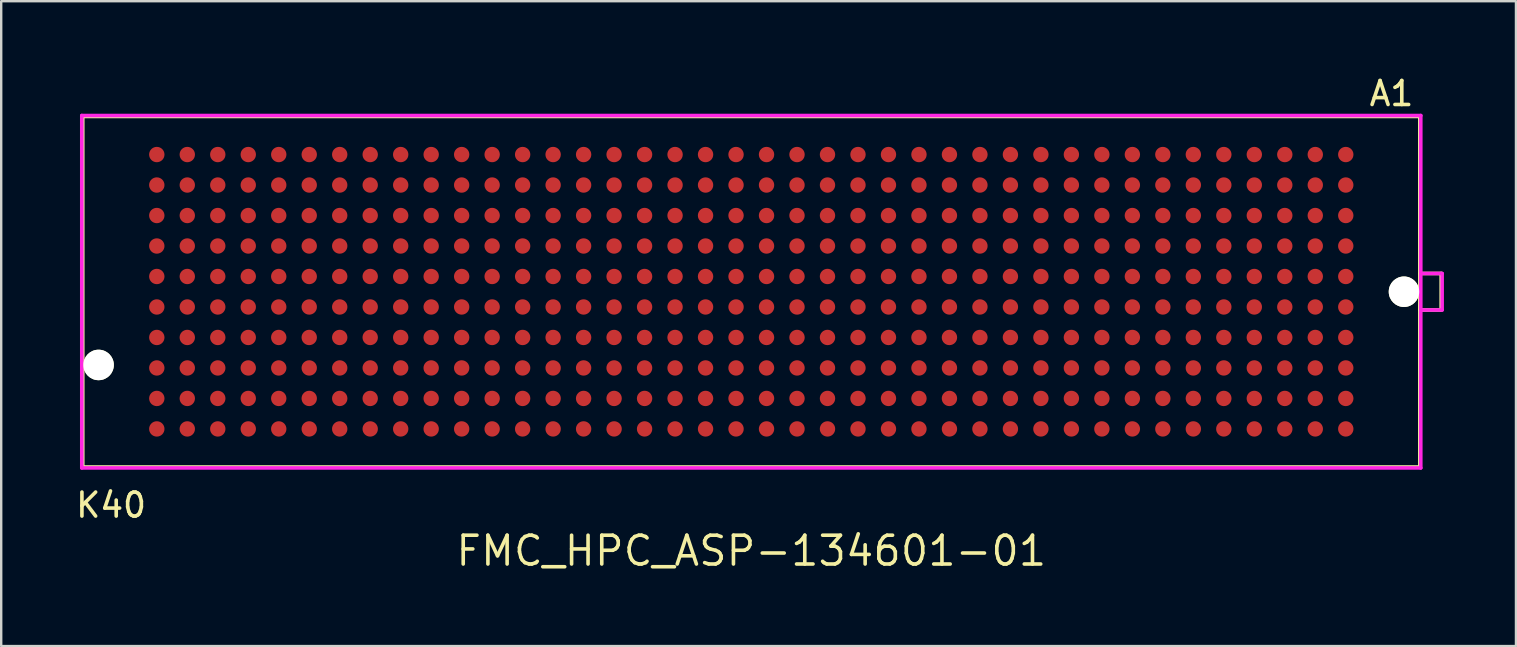
<source format=kicad_pcb>
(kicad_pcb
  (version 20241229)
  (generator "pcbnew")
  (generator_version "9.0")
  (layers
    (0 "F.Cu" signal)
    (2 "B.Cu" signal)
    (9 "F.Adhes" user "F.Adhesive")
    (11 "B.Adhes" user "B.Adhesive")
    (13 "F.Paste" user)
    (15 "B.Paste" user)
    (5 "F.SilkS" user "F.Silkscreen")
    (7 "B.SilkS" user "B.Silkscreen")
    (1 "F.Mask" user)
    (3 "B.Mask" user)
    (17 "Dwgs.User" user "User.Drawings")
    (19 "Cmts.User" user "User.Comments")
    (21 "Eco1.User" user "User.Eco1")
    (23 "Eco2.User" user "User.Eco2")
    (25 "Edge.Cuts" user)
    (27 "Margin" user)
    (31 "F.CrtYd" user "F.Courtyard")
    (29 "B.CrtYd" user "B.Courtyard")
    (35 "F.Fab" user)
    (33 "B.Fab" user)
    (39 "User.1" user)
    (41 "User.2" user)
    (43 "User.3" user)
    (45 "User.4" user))
  (footprint "FMC_HPC_ASP-134601-01"
    (layer "F.Cu")
    (at 28.247 9.103)
    (property "Reference" "FMC_HPC_ASP-134601-01" (at 0 10.795 0) (layer "F.SilkS") (effects (font (size 1.2 1.2) (thickness 0.15))))
    (attr through_hole)
    (fp_line (start -27.85 -7.3) (end 27.85 -7.3) (stroke (width 0.15) (type solid)) (layer "F.SilkS"))
    (fp_line (start -27.85 7.3) (end -27.85 -7.3) (stroke (width 0.15) (type solid)) (layer "F.SilkS"))
    (fp_line (start 27.85 -7.3) (end 27.85 7.3) (stroke (width 0.15) (type solid)) (layer "F.SilkS"))
    (fp_line (start 27.85 7.3) (end -27.85 7.3) (stroke (width 0.15) (type solid)) (layer "F.SilkS"))
    (fp_line (start 28.74 -0.76) (end 27.85 -0.76) (stroke (width 0.15) (type solid)) (layer "F.SilkS"))
    (fp_line (start 28.74 -0.76) (end 28.74 0.76) (stroke (width 0.15) (type solid)) (layer "F.SilkS"))
    (fp_line (start 28.74 0.76) (end 27.85 0.76) (stroke (width 0.15) (type solid)) (layer "F.SilkS"))
    (fp_line (start -27.89 -7.34) (end -27.89 7.34) (stroke (width 0.15) (type solid)) (layer "F.CrtYd"))
    (fp_line (start -27.89 7.34) (end 27.89 7.34) (stroke (width 0.15) (type solid)) (layer "F.CrtYd"))
    (fp_line (start 27.89 -7.34) (end -27.89 -7.34) (stroke (width 0.15) (type solid)) (layer "F.CrtYd"))
    (fp_line (start 27.89 7.34) (end 27.89 -7.34) (stroke (width 0.15) (type solid)) (layer "F.CrtYd"))
    (fp_line (start 28.78 -0.76) (end 27.89 -0.76) (stroke (width 0.15) (type solid)) (layer "F.CrtYd"))
    (fp_line (start 28.78 -0.76) (end 28.78 0.76) (stroke (width 0.15) (type solid)) (layer "F.CrtYd"))
    (fp_line (start 28.78 0.76) (end 27.89 0.76) (stroke (width 0.15) (type solid)) (layer "F.CrtYd"))
    (fp_text user "A1" (at 26.67 -8.255 0) (layer "F.SilkS") (effects (font (size 1 1) (thickness 0.15))))
    (fp_text user "K40" (at -26.67 8.89 0) (layer "F.SilkS") (effects (font (size 1 1) (thickness 0.15))))
    (pad "" np_thru_hole circle (at -27.19 3.05 180) (size 1.27 1.27) (drill 1.27) (layers "*.Cu" "*.Mask" "F.SilkS"))
    (pad "" np_thru_hole circle (at 27.19 0 180) (size 1.27 1.27) (drill 1.27) (layers "*.Cu" "*.Mask" "F.SilkS"))
    (pad "A1" smd circle (at 24.765 -5.715 180) (size 0.64 0.64) (layers "F.Cu" "F.Mask" "F.Paste"))
    (pad "A2" smd circle (at 23.495 -5.715 180) (size 0.64 0.64) (layers "F.Cu" "F.Mask" "F.Paste"))
    (pad "A3" smd circle (at 22.225 -5.715 180) (size 0.64 0.64) (layers "F.Cu" "F.Mask" "F.Paste"))
    (pad "A4" smd circle (at 20.955 -5.715 180) (size 0.64 0.64) (layers "F.Cu" "F.Mask" "F.Paste"))
    (pad "A5" smd circle (at 19.685 -5.715 180) (size 0.64 0.64) (layers "F.Cu" "F.Mask" "F.Paste"))
    (pad "A6" smd circle (at 18.415 -5.715 180) (size 0.64 0.64) (layers "F.Cu" "F.Mask" "F.Paste"))
    (pad "A7" smd circle (at 17.145 -5.715 180) (size 0.64 0.64) (layers "F.Cu" "F.Mask" "F.Paste"))
    (pad "A8" smd circle (at 15.875 -5.715 180) (size 0.64 0.64) (layers "F.Cu" "F.Mask" "F.Paste"))
    (pad "A9" smd circle (at 14.605 -5.715 180) (size 0.64 0.64) (layers "F.Cu" "F.Mask" "F.Paste"))
    (pad "A10" smd circle (at 13.335 -5.715 180) (size 0.64 0.64) (layers "F.Cu" "F.Mask" "F.Paste"))
    (pad "A11" smd circle (at 12.065 -5.715 180) (size 0.64 0.64) (layers "F.Cu" "F.Mask" "F.Paste"))
    (pad "A12" smd circle (at 10.795 -5.715 180) (size 0.64 0.64) (layers "F.Cu" "F.Mask" "F.Paste"))
    (pad "A13" smd circle (at 9.525 -5.715 180) (size 0.64 0.64) (layers "F.Cu" "F.Mask" "F.Paste"))
    (pad "A14" smd circle (at 8.255 -5.715 180) (size 0.64 0.64) (layers "F.Cu" "F.Mask" "F.Paste"))
    (pad "A15" smd circle (at 6.985 -5.715 180) (size 0.64 0.64) (layers "F.Cu" "F.Mask" "F.Paste"))
    (pad "A16" smd circle (at 5.715 -5.715 180) (size 0.64 0.64) (layers "F.Cu" "F.Mask" "F.Paste"))
    (pad "A17" smd circle (at 4.445 -5.715 180) (size 0.64 0.64) (layers "F.Cu" "F.Mask" "F.Paste"))
    (pad "A18" smd circle (at 3.175 -5.715 180) (size 0.64 0.64) (layers "F.Cu" "F.Mask" "F.Paste"))
    (pad "A19" smd circle (at 1.905 -5.715 180) (size 0.64 0.64) (layers "F.Cu" "F.Mask" "F.Paste"))
    (pad "A20" smd circle (at 0.635 -5.715 180) (size 0.64 0.64) (layers "F.Cu" "F.Mask" "F.Paste"))
    (pad "A21" smd circle (at -0.635 -5.715 180) (size 0.64 0.64) (layers "F.Cu" "F.Mask" "F.Paste"))
    (pad "A22" smd circle (at -1.905 -5.715 180) (size 0.64 0.64) (layers "F.Cu" "F.Mask" "F.Paste"))
    (pad "A23" smd circle (at -3.175 -5.715 180) (size 0.64 0.64) (layers "F.Cu" "F.Mask" "F.Paste"))
    (pad "A24" smd circle (at -4.445 -5.715 180) (size 0.64 0.64) (layers "F.Cu" "F.Mask" "F.Paste"))
    (pad "A25" smd circle (at -5.715 -5.715 180) (size 0.64 0.64) (layers "F.Cu" "F.Mask" "F.Paste"))
    (pad "A26" smd circle (at -6.985 -5.715 180) (size 0.64 0.64) (layers "F.Cu" "F.Mask" "F.Paste"))
    (pad "A27" smd circle (at -8.255 -5.715 180) (size 0.64 0.64) (layers "F.Cu" "F.Mask" "F.Paste"))
    (pad "A28" smd circle (at -9.525 -5.715 180) (size 0.64 0.64) (layers "F.Cu" "F.Mask" "F.Paste"))
    (pad "A29" smd circle (at -10.795 -5.715 180) (size 0.64 0.64) (layers "F.Cu" "F.Mask" "F.Paste"))
    (pad "A30" smd circle (at -12.065 -5.715 180) (size 0.64 0.64) (layers "F.Cu" "F.Mask" "F.Paste"))
    (pad "A31" smd circle (at -13.335 -5.715 180) (size 0.64 0.64) (layers "F.Cu" "F.Mask" "F.Paste"))
    (pad "A32" smd circle (at -14.605 -5.715 180) (size 0.64 0.64) (layers "F.Cu" "F.Mask" "F.Paste"))
    (pad "A33" smd circle (at -15.875 -5.715 180) (size 0.64 0.64) (layers "F.Cu" "F.Mask" "F.Paste"))
    (pad "A34" smd circle (at -17.145 -5.715 180) (size 0.64 0.64) (layers "F.Cu" "F.Mask" "F.Paste"))
    (pad "A35" smd circle (at -18.415 -5.715 180) (size 0.64 0.64) (layers "F.Cu" "F.Mask" "F.Paste"))
    (pad "A36" smd circle (at -19.685 -5.715 180) (size 0.64 0.64) (layers "F.Cu" "F.Mask" "F.Paste"))
    (pad "A37" smd circle (at -20.955 -5.715 180) (size 0.64 0.64) (layers "F.Cu" "F.Mask" "F.Paste"))
    (pad "A38" smd circle (at -22.225 -5.715 180) (size 0.64 0.64) (layers "F.Cu" "F.Mask" "F.Paste"))
    (pad "A39" smd circle (at -23.495 -5.715 180) (size 0.64 0.64) (layers "F.Cu" "F.Mask" "F.Paste"))
    (pad "A40" smd circle (at -24.765 -5.715 180) (size 0.64 0.64) (layers "F.Cu" "F.Mask" "F.Paste"))
    (pad "B1" smd circle (at 24.765 -4.445 180) (size 0.64 0.64) (layers "F.Cu" "F.Mask" "F.Paste"))
    (pad "B2" smd circle (at 23.495 -4.445 180) (size 0.64 0.64) (layers "F.Cu" "F.Mask" "F.Paste"))
    (pad "B3" smd circle (at 22.225 -4.445 180) (size 0.64 0.64) (layers "F.Cu" "F.Mask" "F.Paste"))
    (pad "B4" smd circle (at 20.955 -4.445 180) (size 0.64 0.64) (layers "F.Cu" "F.Mask" "F.Paste"))
    (pad "B5" smd circle (at 19.685 -4.445 180) (size 0.64 0.64) (layers "F.Cu" "F.Mask" "F.Paste"))
    (pad "B6" smd circle (at 18.415 -4.445 180) (size 0.64 0.64) (layers "F.Cu" "F.Mask" "F.Paste"))
    (pad "B7" smd circle (at 17.145 -4.445 180) (size 0.64 0.64) (layers "F.Cu" "F.Mask" "F.Paste"))
    (pad "B8" smd circle (at 15.875 -4.445 180) (size 0.64 0.64) (layers "F.Cu" "F.Mask" "F.Paste"))
    (pad "B9" smd circle (at 14.605 -4.445 180) (size 0.64 0.64) (layers "F.Cu" "F.Mask" "F.Paste"))
    (pad "B10" smd circle (at 13.335 -4.445 180) (size 0.64 0.64) (layers "F.Cu" "F.Mask" "F.Paste"))
    (pad "B11" smd circle (at 12.065 -4.445 180) (size 0.64 0.64) (layers "F.Cu" "F.Mask" "F.Paste"))
    (pad "B12" smd circle (at 10.795 -4.445 180) (size 0.64 0.64) (layers "F.Cu" "F.Mask" "F.Paste"))
    (pad "B13" smd circle (at 9.525 -4.445 180) (size 0.64 0.64) (layers "F.Cu" "F.Mask" "F.Paste"))
    (pad "B14" smd circle (at 8.255 -4.445 180) (size 0.64 0.64) (layers "F.Cu" "F.Mask" "F.Paste"))
    (pad "B15" smd circle (at 6.985 -4.445 180) (size 0.64 0.64) (layers "F.Cu" "F.Mask" "F.Paste"))
    (pad "B16" smd circle (at 5.715 -4.445 180) (size 0.64 0.64) (layers "F.Cu" "F.Mask" "F.Paste"))
    (pad "B17" smd circle (at 4.445 -4.445 180) (size 0.64 0.64) (layers "F.Cu" "F.Mask" "F.Paste"))
    (pad "B18" smd circle (at 3.175 -4.445 180) (size 0.64 0.64) (layers "F.Cu" "F.Mask" "F.Paste"))
    (pad "B19" smd circle (at 1.905 -4.445 180) (size 0.64 0.64) (layers "F.Cu" "F.Mask" "F.Paste"))
    (pad "B20" smd circle (at 0.635 -4.445 180) (size 0.64 0.64) (layers "F.Cu" "F.Mask" "F.Paste"))
    (pad "B21" smd circle (at -0.635 -4.445 180) (size 0.64 0.64) (layers "F.Cu" "F.Mask" "F.Paste"))
    (pad "B22" smd circle (at -1.905 -4.445 180) (size 0.64 0.64) (layers "F.Cu" "F.Mask" "F.Paste"))
    (pad "B23" smd circle (at -3.175 -4.445 180) (size 0.64 0.64) (layers "F.Cu" "F.Mask" "F.Paste"))
    (pad "B24" smd circle (at -4.445 -4.445 180) (size 0.64 0.64) (layers "F.Cu" "F.Mask" "F.Paste"))
    (pad "B25" smd circle (at -5.715 -4.445 180) (size 0.64 0.64) (layers "F.Cu" "F.Mask" "F.Paste"))
    (pad "B26" smd circle (at -6.985 -4.445 180) (size 0.64 0.64) (layers "F.Cu" "F.Mask" "F.Paste"))
    (pad "B27" smd circle (at -8.255 -4.445 180) (size 0.64 0.64) (layers "F.Cu" "F.Mask" "F.Paste"))
    (pad "B28" smd circle (at -9.525 -4.445 180) (size 0.64 0.64) (layers "F.Cu" "F.Mask" "F.Paste"))
    (pad "B29" smd circle (at -10.795 -4.445 180) (size 0.64 0.64) (layers "F.Cu" "F.Mask" "F.Paste"))
    (pad "B30" smd circle (at -12.065 -4.445 180) (size 0.64 0.64) (layers "F.Cu" "F.Mask" "F.Paste"))
    (pad "B31" smd circle (at -13.335 -4.445 180) (size 0.64 0.64) (layers "F.Cu" "F.Mask" "F.Paste"))
    (pad "B32" smd circle (at -14.605 -4.445 180) (size 0.64 0.64) (layers "F.Cu" "F.Mask" "F.Paste"))
    (pad "B33" smd circle (at -15.875 -4.445 180) (size 0.64 0.64) (layers "F.Cu" "F.Mask" "F.Paste"))
    (pad "B34" smd circle (at -17.145 -4.445 180) (size 0.64 0.64) (layers "F.Cu" "F.Mask" "F.Paste"))
    (pad "B35" smd circle (at -18.415 -4.445 180) (size 0.64 0.64) (layers "F.Cu" "F.Mask" "F.Paste"))
    (pad "B36" smd circle (at -19.685 -4.445 180) (size 0.64 0.64) (layers "F.Cu" "F.Mask" "F.Paste"))
    (pad "B37" smd circle (at -20.955 -4.445 180) (size 0.64 0.64) (layers "F.Cu" "F.Mask" "F.Paste"))
    (pad "B38" smd circle (at -22.225 -4.445 180) (size 0.64 0.64) (layers "F.Cu" "F.Mask" "F.Paste"))
    (pad "B39" smd circle (at -23.495 -4.445 180) (size 0.64 0.64) (layers "F.Cu" "F.Mask" "F.Paste"))
    (pad "B40" smd circle (at -24.765 -4.445 180) (size 0.64 0.64) (layers "F.Cu" "F.Mask" "F.Paste"))
    (pad "C1" smd circle (at 24.765 -3.175 180) (size 0.64 0.64) (layers "F.Cu" "F.Mask" "F.Paste"))
    (pad "C2" smd circle (at 23.495 -3.175 180) (size 0.64 0.64) (layers "F.Cu" "F.Mask" "F.Paste"))
    (pad "C3" smd circle (at 22.225 -3.175 180) (size 0.64 0.64) (layers "F.Cu" "F.Mask" "F.Paste"))
    (pad "C4" smd circle (at 20.955 -3.175 180) (size 0.64 0.64) (layers "F.Cu" "F.Mask" "F.Paste"))
    (pad "C5" smd circle (at 19.685 -3.175 180) (size 0.64 0.64) (layers "F.Cu" "F.Mask" "F.Paste"))
    (pad "C6" smd circle (at 18.415 -3.175 180) (size 0.64 0.64) (layers "F.Cu" "F.Mask" "F.Paste"))
    (pad "C7" smd circle (at 17.145 -3.175 180) (size 0.64 0.64) (layers "F.Cu" "F.Mask" "F.Paste"))
    (pad "C8" smd circle (at 15.875 -3.175 180) (size 0.64 0.64) (layers "F.Cu" "F.Mask" "F.Paste"))
    (pad "C9" smd circle (at 14.605 -3.175 180) (size 0.64 0.64) (layers "F.Cu" "F.Mask" "F.Paste"))
    (pad "C10" smd circle (at 13.335 -3.175 180) (size 0.64 0.64) (layers "F.Cu" "F.Mask" "F.Paste"))
    (pad "C11" smd circle (at 12.065 -3.175 180) (size 0.64 0.64) (layers "F.Cu" "F.Mask" "F.Paste"))
    (pad "C12" smd circle (at 10.795 -3.175 180) (size 0.64 0.64) (layers "F.Cu" "F.Mask" "F.Paste"))
    (pad "C13" smd circle (at 9.525 -3.175 180) (size 0.64 0.64) (layers "F.Cu" "F.Mask" "F.Paste"))
    (pad "C14" smd circle (at 8.255 -3.175 180) (size 0.64 0.64) (layers "F.Cu" "F.Mask" "F.Paste"))
    (pad "C15" smd circle (at 6.985 -3.175 180) (size 0.64 0.64) (layers "F.Cu" "F.Mask" "F.Paste"))
    (pad "C16" smd circle (at 5.715 -3.175 180) (size 0.64 0.64) (layers "F.Cu" "F.Mask" "F.Paste"))
    (pad "C17" smd circle (at 4.445 -3.175 180) (size 0.64 0.64) (layers "F.Cu" "F.Mask" "F.Paste"))
    (pad "C18" smd circle (at 3.175 -3.175 180) (size 0.64 0.64) (layers "F.Cu" "F.Mask" "F.Paste"))
    (pad "C19" smd circle (at 1.905 -3.175 180) (size 0.64 0.64) (layers "F.Cu" "F.Mask" "F.Paste"))
    (pad "C20" smd circle (at 0.635 -3.175 180) (size 0.64 0.64) (layers "F.Cu" "F.Mask" "F.Paste"))
    (pad "C21" smd circle (at -0.635 -3.175 180) (size 0.64 0.64) (layers "F.Cu" "F.Mask" "F.Paste"))
    (pad "C22" smd circle (at -1.905 -3.175 180) (size 0.64 0.64) (layers "F.Cu" "F.Mask" "F.Paste"))
    (pad "C23" smd circle (at -3.175 -3.175 180) (size 0.64 0.64) (layers "F.Cu" "F.Mask" "F.Paste"))
    (pad "C24" smd circle (at -4.445 -3.175 180) (size 0.64 0.64) (layers "F.Cu" "F.Mask" "F.Paste"))
    (pad "C25" smd circle (at -5.715 -3.175 180) (size 0.64 0.64) (layers "F.Cu" "F.Mask" "F.Paste"))
    (pad "C26" smd circle (at -6.985 -3.175 180) (size 0.64 0.64) (layers "F.Cu" "F.Mask" "F.Paste"))
    (pad "C27" smd circle (at -8.255 -3.175 180) (size 0.64 0.64) (layers "F.Cu" "F.Mask" "F.Paste"))
    (pad "C28" smd circle (at -9.525 -3.175 180) (size 0.64 0.64) (layers "F.Cu" "F.Mask" "F.Paste"))
    (pad "C29" smd circle (at -10.795 -3.175 180) (size 0.64 0.64) (layers "F.Cu" "F.Mask" "F.Paste"))
    (pad "C30" smd circle (at -12.065 -3.175 180) (size 0.64 0.64) (layers "F.Cu" "F.Mask" "F.Paste"))
    (pad "C31" smd circle (at -13.335 -3.175 180) (size 0.64 0.64) (layers "F.Cu" "F.Mask" "F.Paste"))
    (pad "C32" smd circle (at -14.605 -3.175 180) (size 0.64 0.64) (layers "F.Cu" "F.Mask" "F.Paste"))
    (pad "C33" smd circle (at -15.875 -3.175 180) (size 0.64 0.64) (layers "F.Cu" "F.Mask" "F.Paste"))
    (pad "C34" smd circle (at -17.145 -3.175 180) (size 0.64 0.64) (layers "F.Cu" "F.Mask" "F.Paste"))
    (pad "C35" smd circle (at -18.415 -3.175 180) (size 0.64 0.64) (layers "F.Cu" "F.Mask" "F.Paste"))
    (pad "C36" smd circle (at -19.685 -3.175 180) (size 0.64 0.64) (layers "F.Cu" "F.Mask" "F.Paste"))
    (pad "C37" smd circle (at -20.955 -3.175 180) (size 0.64 0.64) (layers "F.Cu" "F.Mask" "F.Paste"))
    (pad "C38" smd circle (at -22.225 -3.175 180) (size 0.64 0.64) (layers "F.Cu" "F.Mask" "F.Paste"))
    (pad "C39" smd circle (at -23.495 -3.175 180) (size 0.64 0.64) (layers "F.Cu" "F.Mask" "F.Paste"))
    (pad "C40" smd circle (at -24.765 -3.175 180) (size 0.64 0.64) (layers "F.Cu" "F.Mask" "F.Paste"))
    (pad "D1" smd circle (at 24.765 -1.905 180) (size 0.64 0.64) (layers "F.Cu" "F.Mask" "F.Paste"))
    (pad "D2" smd circle (at 23.495 -1.905 180) (size 0.64 0.64) (layers "F.Cu" "F.Mask" "F.Paste"))
    (pad "D3" smd circle (at 22.225 -1.905 180) (size 0.64 0.64) (layers "F.Cu" "F.Mask" "F.Paste"))
    (pad "D4" smd circle (at 20.955 -1.905 180) (size 0.64 0.64) (layers "F.Cu" "F.Mask" "F.Paste"))
    (pad "D5" smd circle (at 19.685 -1.905 180) (size 0.64 0.64) (layers "F.Cu" "F.Mask" "F.Paste"))
    (pad "D6" smd circle (at 18.415 -1.905 180) (size 0.64 0.64) (layers "F.Cu" "F.Mask" "F.Paste"))
    (pad "D7" smd circle (at 17.145 -1.905 180) (size 0.64 0.64) (layers "F.Cu" "F.Mask" "F.Paste"))
    (pad "D8" smd circle (at 15.875 -1.905 180) (size 0.64 0.64) (layers "F.Cu" "F.Mask" "F.Paste"))
    (pad "D9" smd circle (at 14.605 -1.905 180) (size 0.64 0.64) (layers "F.Cu" "F.Mask" "F.Paste"))
    (pad "D10" smd circle (at 13.335 -1.905 180) (size 0.64 0.64) (layers "F.Cu" "F.Mask" "F.Paste"))
    (pad "D11" smd circle (at 12.065 -1.905 180) (size 0.64 0.64) (layers "F.Cu" "F.Mask" "F.Paste"))
    (pad "D12" smd circle (at 10.795 -1.905 180) (size 0.64 0.64) (layers "F.Cu" "F.Mask" "F.Paste"))
    (pad "D13" smd circle (at 9.525 -1.905 180) (size 0.64 0.64) (layers "F.Cu" "F.Mask" "F.Paste"))
    (pad "D14" smd circle (at 8.255 -1.905 180) (size 0.64 0.64) (layers "F.Cu" "F.Mask" "F.Paste"))
    (pad "D15" smd circle (at 6.985 -1.905 180) (size 0.64 0.64) (layers "F.Cu" "F.Mask" "F.Paste"))
    (pad "D16" smd circle (at 5.715 -1.905 180) (size 0.64 0.64) (layers "F.Cu" "F.Mask" "F.Paste"))
    (pad "D17" smd circle (at 4.445 -1.905 180) (size 0.64 0.64) (layers "F.Cu" "F.Mask" "F.Paste"))
    (pad "D18" smd circle (at 3.175 -1.905 180) (size 0.64 0.64) (layers "F.Cu" "F.Mask" "F.Paste"))
    (pad "D19" smd circle (at 1.905 -1.905 180) (size 0.64 0.64) (layers "F.Cu" "F.Mask" "F.Paste"))
    (pad "D20" smd circle (at 0.635 -1.905 180) (size 0.64 0.64) (layers "F.Cu" "F.Mask" "F.Paste"))
    (pad "D21" smd circle (at -0.635 -1.905 180) (size 0.64 0.64) (layers "F.Cu" "F.Mask" "F.Paste"))
    (pad "D22" smd circle (at -1.905 -1.905 180) (size 0.64 0.64) (layers "F.Cu" "F.Mask" "F.Paste"))
    (pad "D23" smd circle (at -3.175 -1.905 180) (size 0.64 0.64) (layers "F.Cu" "F.Mask" "F.Paste"))
    (pad "D24" smd circle (at -4.445 -1.905 180) (size 0.64 0.64) (layers "F.Cu" "F.Mask" "F.Paste"))
    (pad "D25" smd circle (at -5.715 -1.905 180) (size 0.64 0.64) (layers "F.Cu" "F.Mask" "F.Paste"))
    (pad "D26" smd circle (at -6.985 -1.905 180) (size 0.64 0.64) (layers "F.Cu" "F.Mask" "F.Paste"))
    (pad "D27" smd circle (at -8.255 -1.905 180) (size 0.64 0.64) (layers "F.Cu" "F.Mask" "F.Paste"))
    (pad "D28" smd circle (at -9.525 -1.905 180) (size 0.64 0.64) (layers "F.Cu" "F.Mask" "F.Paste"))
    (pad "D29" smd circle (at -10.795 -1.905 180) (size 0.64 0.64) (layers "F.Cu" "F.Mask" "F.Paste"))
    (pad "D30" smd circle (at -12.065 -1.905 180) (size 0.64 0.64) (layers "F.Cu" "F.Mask" "F.Paste"))
    (pad "D31" smd circle (at -13.335 -1.905 180) (size 0.64 0.64) (layers "F.Cu" "F.Mask" "F.Paste"))
    (pad "D32" smd circle (at -14.605 -1.905 180) (size 0.64 0.64) (layers "F.Cu" "F.Mask" "F.Paste"))
    (pad "D33" smd circle (at -15.875 -1.905 180) (size 0.64 0.64) (layers "F.Cu" "F.Mask" "F.Paste"))
    (pad "D34" smd circle (at -17.145 -1.905 180) (size 0.64 0.64) (layers "F.Cu" "F.Mask" "F.Paste"))
    (pad "D35" smd circle (at -18.415 -1.905 180) (size 0.64 0.64) (layers "F.Cu" "F.Mask" "F.Paste"))
    (pad "D36" smd circle (at -19.685 -1.905 180) (size 0.64 0.64) (layers "F.Cu" "F.Mask" "F.Paste"))
    (pad "D37" smd circle (at -20.955 -1.905 180) (size 0.64 0.64) (layers "F.Cu" "F.Mask" "F.Paste"))
    (pad "D38" smd circle (at -22.225 -1.905 180) (size 0.64 0.64) (layers "F.Cu" "F.Mask" "F.Paste"))
    (pad "D39" smd circle (at -23.495 -1.905 180) (size 0.64 0.64) (layers "F.Cu" "F.Mask" "F.Paste"))
    (pad "D40" smd circle (at -24.765 -1.905 180) (size 0.64 0.64) (layers "F.Cu" "F.Mask" "F.Paste"))
    (pad "E1" smd circle (at 24.765 -0.635 180) (size 0.64 0.64) (layers "F.Cu" "F.Mask" "F.Paste"))
    (pad "E2" smd circle (at 23.495 -0.635 180) (size 0.64 0.64) (layers "F.Cu" "F.Mask" "F.Paste"))
    (pad "E3" smd circle (at 22.225 -0.635 180) (size 0.64 0.64) (layers "F.Cu" "F.Mask" "F.Paste"))
    (pad "E4" smd circle (at 20.955 -0.635 180) (size 0.64 0.64) (layers "F.Cu" "F.Mask" "F.Paste"))
    (pad "E5" smd circle (at 19.685 -0.635 180) (size 0.64 0.64) (layers "F.Cu" "F.Mask" "F.Paste"))
    (pad "E6" smd circle (at 18.415 -0.635 180) (size 0.64 0.64) (layers "F.Cu" "F.Mask" "F.Paste"))
    (pad "E7" smd circle (at 17.145 -0.635 180) (size 0.64 0.64) (layers "F.Cu" "F.Mask" "F.Paste"))
    (pad "E8" smd circle (at 15.875 -0.635 180) (size 0.64 0.64) (layers "F.Cu" "F.Mask" "F.Paste"))
    (pad "E9" smd circle (at 14.605 -0.635 180) (size 0.64 0.64) (layers "F.Cu" "F.Mask" "F.Paste"))
    (pad "E10" smd circle (at 13.335 -0.635 180) (size 0.64 0.64) (layers "F.Cu" "F.Mask" "F.Paste"))
    (pad "E11" smd circle (at 12.065 -0.635 180) (size 0.64 0.64) (layers "F.Cu" "F.Mask" "F.Paste"))
    (pad "E12" smd circle (at 10.795 -0.635 180) (size 0.64 0.64) (layers "F.Cu" "F.Mask" "F.Paste"))
    (pad "E13" smd circle (at 9.525 -0.635 180) (size 0.64 0.64) (layers "F.Cu" "F.Mask" "F.Paste"))
    (pad "E14" smd circle (at 8.255 -0.635 180) (size 0.64 0.64) (layers "F.Cu" "F.Mask" "F.Paste"))
    (pad "E15" smd circle (at 6.985 -0.635 180) (size 0.64 0.64) (layers "F.Cu" "F.Mask" "F.Paste"))
    (pad "E16" smd circle (at 5.715 -0.635 180) (size 0.64 0.64) (layers "F.Cu" "F.Mask" "F.Paste"))
    (pad "E17" smd circle (at 4.445 -0.635 180) (size 0.64 0.64) (layers "F.Cu" "F.Mask" "F.Paste"))
    (pad "E18" smd circle (at 3.175 -0.635 180) (size 0.64 0.64) (layers "F.Cu" "F.Mask" "F.Paste"))
    (pad "E19" smd circle (at 1.905 -0.635 180) (size 0.64 0.64) (layers "F.Cu" "F.Mask" "F.Paste"))
    (pad "E20" smd circle (at 0.635 -0.635 180) (size 0.64 0.64) (layers "F.Cu" "F.Mask" "F.Paste"))
    (pad "E21" smd circle (at -0.635 -0.635 180) (size 0.64 0.64) (layers "F.Cu" "F.Mask" "F.Paste"))
    (pad "E22" smd circle (at -1.905 -0.635 180) (size 0.64 0.64) (layers "F.Cu" "F.Mask" "F.Paste"))
    (pad "E23" smd circle (at -3.175 -0.635 180) (size 0.64 0.64) (layers "F.Cu" "F.Mask" "F.Paste"))
    (pad "E24" smd circle (at -4.445 -0.635 180) (size 0.64 0.64) (layers "F.Cu" "F.Mask" "F.Paste"))
    (pad "E25" smd circle (at -5.715 -0.635 180) (size 0.64 0.64) (layers "F.Cu" "F.Mask" "F.Paste"))
    (pad "E26" smd circle (at -6.985 -0.635 180) (size 0.64 0.64) (layers "F.Cu" "F.Mask" "F.Paste"))
    (pad "E27" smd circle (at -8.255 -0.635 180) (size 0.64 0.64) (layers "F.Cu" "F.Mask" "F.Paste"))
    (pad "E28" smd circle (at -9.525 -0.635 180) (size 0.64 0.64) (layers "F.Cu" "F.Mask" "F.Paste"))
    (pad "E29" smd circle (at -10.795 -0.635 180) (size 0.64 0.64) (layers "F.Cu" "F.Mask" "F.Paste"))
    (pad "E30" smd circle (at -12.065 -0.635 180) (size 0.64 0.64) (layers "F.Cu" "F.Mask" "F.Paste"))
    (pad "E31" smd circle (at -13.335 -0.635 180) (size 0.64 0.64) (layers "F.Cu" "F.Mask" "F.Paste"))
    (pad "E32" smd circle (at -14.605 -0.635 180) (size 0.64 0.64) (layers "F.Cu" "F.Mask" "F.Paste"))
    (pad "E33" smd circle (at -15.875 -0.635 180) (size 0.64 0.64) (layers "F.Cu" "F.Mask" "F.Paste"))
    (pad "E34" smd circle (at -17.145 -0.635 180) (size 0.64 0.64) (layers "F.Cu" "F.Mask" "F.Paste"))
    (pad "E35" smd circle (at -18.415 -0.635 180) (size 0.64 0.64) (layers "F.Cu" "F.Mask" "F.Paste"))
    (pad "E36" smd circle (at -19.685 -0.635 180) (size 0.64 0.64) (layers "F.Cu" "F.Mask" "F.Paste"))
    (pad "E37" smd circle (at -20.955 -0.635 180) (size 0.64 0.64) (layers "F.Cu" "F.Mask" "F.Paste"))
    (pad "E38" smd circle (at -22.225 -0.635 180) (size 0.64 0.64) (layers "F.Cu" "F.Mask" "F.Paste"))
    (pad "E39" smd circle (at -23.495 -0.635 180) (size 0.64 0.64) (layers "F.Cu" "F.Mask" "F.Paste"))
    (pad "E40" smd circle (at -24.765 -0.635 180) (size 0.64 0.64) (layers "F.Cu" "F.Mask" "F.Paste"))
    (pad "F1" smd circle (at 24.765 0.635 180) (size 0.64 0.64) (layers "F.Cu" "F.Mask" "F.Paste"))
    (pad "F2" smd circle (at 23.495 0.635 180) (size 0.64 0.64) (layers "F.Cu" "F.Mask" "F.Paste"))
    (pad "F3" smd circle (at 22.225 0.635 180) (size 0.64 0.64) (layers "F.Cu" "F.Mask" "F.Paste"))
    (pad "F4" smd circle (at 20.955 0.635 180) (size 0.64 0.64) (layers "F.Cu" "F.Mask" "F.Paste"))
    (pad "F5" smd circle (at 19.685 0.635 180) (size 0.64 0.64) (layers "F.Cu" "F.Mask" "F.Paste"))
    (pad "F6" smd circle (at 18.415 0.635 180) (size 0.64 0.64) (layers "F.Cu" "F.Mask" "F.Paste"))
    (pad "F7" smd circle (at 17.145 0.635 180) (size 0.64 0.64) (layers "F.Cu" "F.Mask" "F.Paste"))
    (pad "F8" smd circle (at 15.875 0.635 180) (size 0.64 0.64) (layers "F.Cu" "F.Mask" "F.Paste"))
    (pad "F9" smd circle (at 14.605 0.635 180) (size 0.64 0.64) (layers "F.Cu" "F.Mask" "F.Paste"))
    (pad "F10" smd circle (at 13.335 0.635 180) (size 0.64 0.64) (layers "F.Cu" "F.Mask" "F.Paste"))
    (pad "F11" smd circle (at 12.065 0.635 180) (size 0.64 0.64) (layers "F.Cu" "F.Mask" "F.Paste"))
    (pad "F12" smd circle (at 10.795 0.635 180) (size 0.64 0.64) (layers "F.Cu" "F.Mask" "F.Paste"))
    (pad "F13" smd circle (at 9.525 0.635 180) (size 0.64 0.64) (layers "F.Cu" "F.Mask" "F.Paste"))
    (pad "F14" smd circle (at 8.255 0.635 180) (size 0.64 0.64) (layers "F.Cu" "F.Mask" "F.Paste"))
    (pad "F15" smd circle (at 6.985 0.635 180) (size 0.64 0.64) (layers "F.Cu" "F.Mask" "F.Paste"))
    (pad "F16" smd circle (at 5.715 0.635 180) (size 0.64 0.64) (layers "F.Cu" "F.Mask" "F.Paste"))
    (pad "F17" smd circle (at 4.445 0.635 180) (size 0.64 0.64) (layers "F.Cu" "F.Mask" "F.Paste"))
    (pad "F18" smd circle (at 3.175 0.635 180) (size 0.64 0.64) (layers "F.Cu" "F.Mask" "F.Paste"))
    (pad "F19" smd circle (at 1.905 0.635 180) (size 0.64 0.64) (layers "F.Cu" "F.Mask" "F.Paste"))
    (pad "F20" smd circle (at 0.635 0.635 180) (size 0.64 0.64) (layers "F.Cu" "F.Mask" "F.Paste"))
    (pad "F21" smd circle (at -0.635 0.635 180) (size 0.64 0.64) (layers "F.Cu" "F.Mask" "F.Paste"))
    (pad "F22" smd circle (at -1.905 0.635 180) (size 0.64 0.64) (layers "F.Cu" "F.Mask" "F.Paste"))
    (pad "F23" smd circle (at -3.175 0.635 180) (size 0.64 0.64) (layers "F.Cu" "F.Mask" "F.Paste"))
    (pad "F24" smd circle (at -4.445 0.635 180) (size 0.64 0.64) (layers "F.Cu" "F.Mask" "F.Paste"))
    (pad "F25" smd circle (at -5.715 0.635 180) (size 0.64 0.64) (layers "F.Cu" "F.Mask" "F.Paste"))
    (pad "F26" smd circle (at -6.985 0.635 180) (size 0.64 0.64) (layers "F.Cu" "F.Mask" "F.Paste"))
    (pad "F27" smd circle (at -8.255 0.635 180) (size 0.64 0.64) (layers "F.Cu" "F.Mask" "F.Paste"))
    (pad "F28" smd circle (at -9.525 0.635 180) (size 0.64 0.64) (layers "F.Cu" "F.Mask" "F.Paste"))
    (pad "F29" smd circle (at -10.795 0.635 180) (size 0.64 0.64) (layers "F.Cu" "F.Mask" "F.Paste"))
    (pad "F30" smd circle (at -12.065 0.635 180) (size 0.64 0.64) (layers "F.Cu" "F.Mask" "F.Paste"))
    (pad "F31" smd circle (at -13.335 0.635 180) (size 0.64 0.64) (layers "F.Cu" "F.Mask" "F.Paste"))
    (pad "F32" smd circle (at -14.605 0.635 180) (size 0.64 0.64) (layers "F.Cu" "F.Mask" "F.Paste"))
    (pad "F33" smd circle (at -15.875 0.635 180) (size 0.64 0.64) (layers "F.Cu" "F.Mask" "F.Paste"))
    (pad "F34" smd circle (at -17.145 0.635 180) (size 0.64 0.64) (layers "F.Cu" "F.Mask" "F.Paste"))
    (pad "F35" smd circle (at -18.415 0.635 180) (size 0.64 0.64) (layers "F.Cu" "F.Mask" "F.Paste"))
    (pad "F36" smd circle (at -19.685 0.635 180) (size 0.64 0.64) (layers "F.Cu" "F.Mask" "F.Paste"))
    (pad "F37" smd circle (at -20.955 0.635 180) (size 0.64 0.64) (layers "F.Cu" "F.Mask" "F.Paste"))
    (pad "F38" smd circle (at -22.225 0.635 180) (size 0.64 0.64) (layers "F.Cu" "F.Mask" "F.Paste"))
    (pad "F39" smd circle (at -23.495 0.635 180) (size 0.64 0.64) (layers "F.Cu" "F.Mask" "F.Paste"))
    (pad "F40" smd circle (at -24.765 0.635 180) (size 0.64 0.64) (layers "F.Cu" "F.Mask" "F.Paste"))
    (pad "G1" smd circle (at 24.765 1.905 180) (size 0.64 0.64) (layers "F.Cu" "F.Mask" "F.Paste"))
    (pad "G2" smd circle (at 23.495 1.905 180) (size 0.64 0.64) (layers "F.Cu" "F.Mask" "F.Paste"))
    (pad "G3" smd circle (at 22.225 1.905 180) (size 0.64 0.64) (layers "F.Cu" "F.Mask" "F.Paste"))
    (pad "G4" smd circle (at 20.955 1.905 180) (size 0.64 0.64) (layers "F.Cu" "F.Mask" "F.Paste"))
    (pad "G5" smd circle (at 19.685 1.905 180) (size 0.64 0.64) (layers "F.Cu" "F.Mask" "F.Paste"))
    (pad "G6" smd circle (at 18.415 1.905 180) (size 0.64 0.64) (layers "F.Cu" "F.Mask" "F.Paste"))
    (pad "G7" smd circle (at 17.145 1.905 180) (size 0.64 0.64) (layers "F.Cu" "F.Mask" "F.Paste"))
    (pad "G8" smd circle (at 15.875 1.905 180) (size 0.64 0.64) (layers "F.Cu" "F.Mask" "F.Paste"))
    (pad "G9" smd circle (at 14.605 1.905 180) (size 0.64 0.64) (layers "F.Cu" "F.Mask" "F.Paste"))
    (pad "G10" smd circle (at 13.335 1.905 180) (size 0.64 0.64) (layers "F.Cu" "F.Mask" "F.Paste"))
    (pad "G11" smd circle (at 12.065 1.905 180) (size 0.64 0.64) (layers "F.Cu" "F.Mask" "F.Paste"))
    (pad "G12" smd circle (at 10.795 1.905 180) (size 0.64 0.64) (layers "F.Cu" "F.Mask" "F.Paste"))
    (pad "G13" smd circle (at 9.525 1.905 180) (size 0.64 0.64) (layers "F.Cu" "F.Mask" "F.Paste"))
    (pad "G14" smd circle (at 8.255 1.905 180) (size 0.64 0.64) (layers "F.Cu" "F.Mask" "F.Paste"))
    (pad "G15" smd circle (at 6.985 1.905 180) (size 0.64 0.64) (layers "F.Cu" "F.Mask" "F.Paste"))
    (pad "G16" smd circle (at 5.715 1.905 180) (size 0.64 0.64) (layers "F.Cu" "F.Mask" "F.Paste"))
    (pad "G17" smd circle (at 4.445 1.905 180) (size 0.64 0.64) (layers "F.Cu" "F.Mask" "F.Paste"))
    (pad "G18" smd circle (at 3.175 1.905 180) (size 0.64 0.64) (layers "F.Cu" "F.Mask" "F.Paste"))
    (pad "G19" smd circle (at 1.905 1.905 180) (size 0.64 0.64) (layers "F.Cu" "F.Mask" "F.Paste"))
    (pad "G20" smd circle (at 0.635 1.905 180) (size 0.64 0.64) (layers "F.Cu" "F.Mask" "F.Paste"))
    (pad "G21" smd circle (at -0.635 1.905 180) (size 0.64 0.64) (layers "F.Cu" "F.Mask" "F.Paste"))
    (pad "G22" smd circle (at -1.905 1.905 180) (size 0.64 0.64) (layers "F.Cu" "F.Mask" "F.Paste"))
    (pad "G23" smd circle (at -3.175 1.905 180) (size 0.64 0.64) (layers "F.Cu" "F.Mask" "F.Paste"))
    (pad "G24" smd circle (at -4.445 1.905 180) (size 0.64 0.64) (layers "F.Cu" "F.Mask" "F.Paste"))
    (pad "G25" smd circle (at -5.715 1.905 180) (size 0.64 0.64) (layers "F.Cu" "F.Mask" "F.Paste"))
    (pad "G26" smd circle (at -6.985 1.905 180) (size 0.64 0.64) (layers "F.Cu" "F.Mask" "F.Paste"))
    (pad "G27" smd circle (at -8.255 1.905 180) (size 0.64 0.64) (layers "F.Cu" "F.Mask" "F.Paste"))
    (pad "G28" smd circle (at -9.525 1.905 180) (size 0.64 0.64) (layers "F.Cu" "F.Mask" "F.Paste"))
    (pad "G29" smd circle (at -10.795 1.905 180) (size 0.64 0.64) (layers "F.Cu" "F.Mask" "F.Paste"))
    (pad "G30" smd circle (at -12.065 1.905 180) (size 0.64 0.64) (layers "F.Cu" "F.Mask" "F.Paste"))
    (pad "G31" smd circle (at -13.335 1.905 180) (size 0.64 0.64) (layers "F.Cu" "F.Mask" "F.Paste"))
    (pad "G32" smd circle (at -14.605 1.905 180) (size 0.64 0.64) (layers "F.Cu" "F.Mask" "F.Paste"))
    (pad "G33" smd circle (at -15.875 1.905 180) (size 0.64 0.64) (layers "F.Cu" "F.Mask" "F.Paste"))
    (pad "G34" smd circle (at -17.145 1.905 180) (size 0.64 0.64) (layers "F.Cu" "F.Mask" "F.Paste"))
    (pad "G35" smd circle (at -18.415 1.905 180) (size 0.64 0.64) (layers "F.Cu" "F.Mask" "F.Paste"))
    (pad "G36" smd circle (at -19.685 1.905 180) (size 0.64 0.64) (layers "F.Cu" "F.Mask" "F.Paste"))
    (pad "G37" smd circle (at -20.955 1.905 180) (size 0.64 0.64) (layers "F.Cu" "F.Mask" "F.Paste"))
    (pad "G38" smd circle (at -22.225 1.905 180) (size 0.64 0.64) (layers "F.Cu" "F.Mask" "F.Paste"))
    (pad "G39" smd circle (at -23.495 1.905 180) (size 0.64 0.64) (layers "F.Cu" "F.Mask" "F.Paste"))
    (pad "G40" smd circle (at -24.765 1.905 180) (size 0.64 0.64) (layers "F.Cu" "F.Mask" "F.Paste"))
    (pad "H1" smd circle (at 24.765 3.175 180) (size 0.64 0.64) (layers "F.Cu" "F.Mask" "F.Paste"))
    (pad "H2" smd circle (at 23.495 3.175 180) (size 0.64 0.64) (layers "F.Cu" "F.Mask" "F.Paste"))
    (pad "H3" smd circle (at 22.225 3.175 180) (size 0.64 0.64) (layers "F.Cu" "F.Mask" "F.Paste"))
    (pad "H4" smd circle (at 20.955 3.175 180) (size 0.64 0.64) (layers "F.Cu" "F.Mask" "F.Paste"))
    (pad "H5" smd circle (at 19.685 3.175 180) (size 0.64 0.64) (layers "F.Cu" "F.Mask" "F.Paste"))
    (pad "H6" smd circle (at 18.415 3.175 180) (size 0.64 0.64) (layers "F.Cu" "F.Mask" "F.Paste"))
    (pad "H7" smd circle (at 17.145 3.175 180) (size 0.64 0.64) (layers "F.Cu" "F.Mask" "F.Paste"))
    (pad "H8" smd circle (at 15.875 3.175 180) (size 0.64 0.64) (layers "F.Cu" "F.Mask" "F.Paste"))
    (pad "H9" smd circle (at 14.605 3.175 180) (size 0.64 0.64) (layers "F.Cu" "F.Mask" "F.Paste"))
    (pad "H10" smd circle (at 13.335 3.175 180) (size 0.64 0.64) (layers "F.Cu" "F.Mask" "F.Paste"))
    (pad "H11" smd circle (at 12.065 3.175 180) (size 0.64 0.64) (layers "F.Cu" "F.Mask" "F.Paste"))
    (pad "H12" smd circle (at 10.795 3.175 180) (size 0.64 0.64) (layers "F.Cu" "F.Mask" "F.Paste"))
    (pad "H13" smd circle (at 9.525 3.175 180) (size 0.64 0.64) (layers "F.Cu" "F.Mask" "F.Paste"))
    (pad "H14" smd circle (at 8.255 3.175 180) (size 0.64 0.64) (layers "F.Cu" "F.Mask" "F.Paste"))
    (pad "H15" smd circle (at 6.985 3.175 180) (size 0.64 0.64) (layers "F.Cu" "F.Mask" "F.Paste"))
    (pad "H16" smd circle (at 5.715 3.175 180) (size 0.64 0.64) (layers "F.Cu" "F.Mask" "F.Paste"))
    (pad "H17" smd circle (at 4.445 3.175 180) (size 0.64 0.64) (layers "F.Cu" "F.Mask" "F.Paste"))
    (pad "H18" smd circle (at 3.175 3.175 180) (size 0.64 0.64) (layers "F.Cu" "F.Mask" "F.Paste"))
    (pad "H19" smd circle (at 1.905 3.175 180) (size 0.64 0.64) (layers "F.Cu" "F.Mask" "F.Paste"))
    (pad "H20" smd circle (at 0.635 3.175 180) (size 0.64 0.64) (layers "F.Cu" "F.Mask" "F.Paste"))
    (pad "H21" smd circle (at -0.635 3.175 180) (size 0.64 0.64) (layers "F.Cu" "F.Mask" "F.Paste"))
    (pad "H22" smd circle (at -1.905 3.175 180) (size 0.64 0.64) (layers "F.Cu" "F.Mask" "F.Paste"))
    (pad "H23" smd circle (at -3.175 3.175 180) (size 0.64 0.64) (layers "F.Cu" "F.Mask" "F.Paste"))
    (pad "H24" smd circle (at -4.445 3.175 180) (size 0.64 0.64) (layers "F.Cu" "F.Mask" "F.Paste"))
    (pad "H25" smd circle (at -5.715 3.175 180) (size 0.64 0.64) (layers "F.Cu" "F.Mask" "F.Paste"))
    (pad "H26" smd circle (at -6.985 3.175 180) (size 0.64 0.64) (layers "F.Cu" "F.Mask" "F.Paste"))
    (pad "H27" smd circle (at -8.255 3.175 180) (size 0.64 0.64) (layers "F.Cu" "F.Mask" "F.Paste"))
    (pad "H28" smd circle (at -9.525 3.175 180) (size 0.64 0.64) (layers "F.Cu" "F.Mask" "F.Paste"))
    (pad "H29" smd circle (at -10.795 3.175 180) (size 0.64 0.64) (layers "F.Cu" "F.Mask" "F.Paste"))
    (pad "H30" smd circle (at -12.065 3.175 180) (size 0.64 0.64) (layers "F.Cu" "F.Mask" "F.Paste"))
    (pad "H31" smd circle (at -13.335 3.175 180) (size 0.64 0.64) (layers "F.Cu" "F.Mask" "F.Paste"))
    (pad "H32" smd circle (at -14.605 3.175 180) (size 0.64 0.64) (layers "F.Cu" "F.Mask" "F.Paste"))
    (pad "H33" smd circle (at -15.875 3.175 180) (size 0.64 0.64) (layers "F.Cu" "F.Mask" "F.Paste"))
    (pad "H34" smd circle (at -17.145 3.175 180) (size 0.64 0.64) (layers "F.Cu" "F.Mask" "F.Paste"))
    (pad "H35" smd circle (at -18.415 3.175 180) (size 0.64 0.64) (layers "F.Cu" "F.Mask" "F.Paste"))
    (pad "H36" smd circle (at -19.685 3.175 180) (size 0.64 0.64) (layers "F.Cu" "F.Mask" "F.Paste"))
    (pad "H37" smd circle (at -20.955 3.175 180) (size 0.64 0.64) (layers "F.Cu" "F.Mask" "F.Paste"))
    (pad "H38" smd circle (at -22.225 3.175 180) (size 0.64 0.64) (layers "F.Cu" "F.Mask" "F.Paste"))
    (pad "H39" smd circle (at -23.495 3.175 180) (size 0.64 0.64) (layers "F.Cu" "F.Mask" "F.Paste"))
    (pad "H40" smd circle (at -24.765 3.175 180) (size 0.64 0.64) (layers "F.Cu" "F.Mask" "F.Paste"))
    (pad "J1" smd circle (at 24.765 4.445 180) (size 0.64 0.64) (layers "F.Cu" "F.Mask" "F.Paste"))
    (pad "J2" smd circle (at 23.495 4.445 180) (size 0.64 0.64) (layers "F.Cu" "F.Mask" "F.Paste"))
    (pad "J3" smd circle (at 22.225 4.445 180) (size 0.64 0.64) (layers "F.Cu" "F.Mask" "F.Paste"))
    (pad "J4" smd circle (at 20.955 4.445 180) (size 0.64 0.64) (layers "F.Cu" "F.Mask" "F.Paste"))
    (pad "J5" smd circle (at 19.685 4.445 180) (size 0.64 0.64) (layers "F.Cu" "F.Mask" "F.Paste"))
    (pad "J6" smd circle (at 18.415 4.445 180) (size 0.64 0.64) (layers "F.Cu" "F.Mask" "F.Paste"))
    (pad "J7" smd circle (at 17.145 4.445 180) (size 0.64 0.64) (layers "F.Cu" "F.Mask" "F.Paste"))
    (pad "J8" smd circle (at 15.875 4.445 180) (size 0.64 0.64) (layers "F.Cu" "F.Mask" "F.Paste"))
    (pad "J9" smd circle (at 14.605 4.445 180) (size 0.64 0.64) (layers "F.Cu" "F.Mask" "F.Paste"))
    (pad "J10" smd circle (at 13.335 4.445 180) (size 0.64 0.64) (layers "F.Cu" "F.Mask" "F.Paste"))
    (pad "J11" smd circle (at 12.065 4.445 180) (size 0.64 0.64) (layers "F.Cu" "F.Mask" "F.Paste"))
    (pad "J12" smd circle (at 10.795 4.445 180) (size 0.64 0.64) (layers "F.Cu" "F.Mask" "F.Paste"))
    (pad "J13" smd circle (at 9.525 4.445 180) (size 0.64 0.64) (layers "F.Cu" "F.Mask" "F.Paste"))
    (pad "J14" smd circle (at 8.255 4.445 180) (size 0.64 0.64) (layers "F.Cu" "F.Mask" "F.Paste"))
    (pad "J15" smd circle (at 6.985 4.445 180) (size 0.64 0.64) (layers "F.Cu" "F.Mask" "F.Paste"))
    (pad "J16" smd circle (at 5.715 4.445 180) (size 0.64 0.64) (layers "F.Cu" "F.Mask" "F.Paste"))
    (pad "J17" smd circle (at 4.445 4.445 180) (size 0.64 0.64) (layers "F.Cu" "F.Mask" "F.Paste"))
    (pad "J18" smd circle (at 3.175 4.445 180) (size 0.64 0.64) (layers "F.Cu" "F.Mask" "F.Paste"))
    (pad "J19" smd circle (at 1.905 4.445 180) (size 0.64 0.64) (layers "F.Cu" "F.Mask" "F.Paste"))
    (pad "J20" smd circle (at 0.635 4.445 180) (size 0.64 0.64) (layers "F.Cu" "F.Mask" "F.Paste"))
    (pad "J21" smd circle (at -0.635 4.445 180) (size 0.64 0.64) (layers "F.Cu" "F.Mask" "F.Paste"))
    (pad "J22" smd circle (at -1.905 4.445 180) (size 0.64 0.64) (layers "F.Cu" "F.Mask" "F.Paste"))
    (pad "J23" smd circle (at -3.175 4.445 180) (size 0.64 0.64) (layers "F.Cu" "F.Mask" "F.Paste"))
    (pad "J24" smd circle (at -4.445 4.445 180) (size 0.64 0.64) (layers "F.Cu" "F.Mask" "F.Paste"))
    (pad "J25" smd circle (at -5.715 4.445 180) (size 0.64 0.64) (layers "F.Cu" "F.Mask" "F.Paste"))
    (pad "J26" smd circle (at -6.985 4.445 180) (size 0.64 0.64) (layers "F.Cu" "F.Mask" "F.Paste"))
    (pad "J27" smd circle (at -8.255 4.445 180) (size 0.64 0.64) (layers "F.Cu" "F.Mask" "F.Paste"))
    (pad "J28" smd circle (at -9.525 4.445 180) (size 0.64 0.64) (layers "F.Cu" "F.Mask" "F.Paste"))
    (pad "J29" smd circle (at -10.795 4.445 180) (size 0.64 0.64) (layers "F.Cu" "F.Mask" "F.Paste"))
    (pad "J30" smd circle (at -12.065 4.445 180) (size 0.64 0.64) (layers "F.Cu" "F.Mask" "F.Paste"))
    (pad "J31" smd circle (at -13.335 4.445 180) (size 0.64 0.64) (layers "F.Cu" "F.Mask" "F.Paste"))
    (pad "J32" smd circle (at -14.605 4.445 180) (size 0.64 0.64) (layers "F.Cu" "F.Mask" "F.Paste"))
    (pad "J33" smd circle (at -15.875 4.445 180) (size 0.64 0.64) (layers "F.Cu" "F.Mask" "F.Paste"))
    (pad "J34" smd circle (at -17.145 4.445 180) (size 0.64 0.64) (layers "F.Cu" "F.Mask" "F.Paste"))
    (pad "J35" smd circle (at -18.415 4.445 180) (size 0.64 0.64) (layers "F.Cu" "F.Mask" "F.Paste"))
    (pad "J36" smd circle (at -19.685 4.445 180) (size 0.64 0.64) (layers "F.Cu" "F.Mask" "F.Paste"))
    (pad "J37" smd circle (at -20.955 4.445 180) (size 0.64 0.64) (layers "F.Cu" "F.Mask" "F.Paste"))
    (pad "J38" smd circle (at -22.225 4.445 180) (size 0.64 0.64) (layers "F.Cu" "F.Mask" "F.Paste"))
    (pad "J39" smd circle (at -23.495 4.445 180) (size 0.64 0.64) (layers "F.Cu" "F.Mask" "F.Paste"))
    (pad "J40" smd circle (at -24.765 4.445 180) (size 0.64 0.64) (layers "F.Cu" "F.Mask" "F.Paste"))
    (pad "K1" smd circle (at 24.765 5.715 180) (size 0.64 0.64) (layers "F.Cu" "F.Mask" "F.Paste"))
    (pad "K2" smd circle (at 23.495 5.715 180) (size 0.64 0.64) (layers "F.Cu" "F.Mask" "F.Paste"))
    (pad "K3" smd circle (at 22.225 5.715 180) (size 0.64 0.64) (layers "F.Cu" "F.Mask" "F.Paste"))
    (pad "K4" smd circle (at 20.955 5.715 180) (size 0.64 0.64) (layers "F.Cu" "F.Mask" "F.Paste"))
    (pad "K5" smd circle (at 19.685 5.715 180) (size 0.64 0.64) (layers "F.Cu" "F.Mask" "F.Paste"))
    (pad "K6" smd circle (at 18.415 5.715 180) (size 0.64 0.64) (layers "F.Cu" "F.Mask" "F.Paste"))
    (pad "K7" smd circle (at 17.145 5.715 180) (size 0.64 0.64) (layers "F.Cu" "F.Mask" "F.Paste"))
    (pad "K8" smd circle (at 15.875 5.715 180) (size 0.64 0.64) (layers "F.Cu" "F.Mask" "F.Paste"))
    (pad "K9" smd circle (at 14.605 5.715 180) (size 0.64 0.64) (layers "F.Cu" "F.Mask" "F.Paste"))
    (pad "K10" smd circle (at 13.335 5.715 180) (size 0.64 0.64) (layers "F.Cu" "F.Mask" "F.Paste"))
    (pad "K11" smd circle (at 12.065 5.715 180) (size 0.64 0.64) (layers "F.Cu" "F.Mask" "F.Paste"))
    (pad "K12" smd circle (at 10.795 5.715 180) (size 0.64 0.64) (layers "F.Cu" "F.Mask" "F.Paste"))
    (pad "K13" smd circle (at 9.525 5.715 180) (size 0.64 0.64) (layers "F.Cu" "F.Mask" "F.Paste"))
    (pad "K14" smd circle (at 8.255 5.715 180) (size 0.64 0.64) (layers "F.Cu" "F.Mask" "F.Paste"))
    (pad "K15" smd circle (at 6.985 5.715 180) (size 0.64 0.64) (layers "F.Cu" "F.Mask" "F.Paste"))
    (pad "K16" smd circle (at 5.715 5.715 180) (size 0.64 0.64) (layers "F.Cu" "F.Mask" "F.Paste"))
    (pad "K17" smd circle (at 4.445 5.715 180) (size 0.64 0.64) (layers "F.Cu" "F.Mask" "F.Paste"))
    (pad "K18" smd circle (at 3.175 5.715 180) (size 0.64 0.64) (layers "F.Cu" "F.Mask" "F.Paste"))
    (pad "K19" smd circle (at 1.905 5.715 180) (size 0.64 0.64) (layers "F.Cu" "F.Mask" "F.Paste"))
    (pad "K20" smd circle (at 0.635 5.715 180) (size 0.64 0.64) (layers "F.Cu" "F.Mask" "F.Paste"))
    (pad "K21" smd circle (at -0.635 5.715 180) (size 0.64 0.64) (layers "F.Cu" "F.Mask" "F.Paste"))
    (pad "K22" smd circle (at -1.905 5.715 180) (size 0.64 0.64) (layers "F.Cu" "F.Mask" "F.Paste"))
    (pad "K23" smd circle (at -3.175 5.715 180) (size 0.64 0.64) (layers "F.Cu" "F.Mask" "F.Paste"))
    (pad "K24" smd circle (at -4.445 5.715 180) (size 0.64 0.64) (layers "F.Cu" "F.Mask" "F.Paste"))
    (pad "K25" smd circle (at -5.715 5.715 180) (size 0.64 0.64) (layers "F.Cu" "F.Mask" "F.Paste"))
    (pad "K26" smd circle (at -6.985 5.715 180) (size 0.64 0.64) (layers "F.Cu" "F.Mask" "F.Paste"))
    (pad "K27" smd circle (at -8.255 5.715 180) (size 0.64 0.64) (layers "F.Cu" "F.Mask" "F.Paste"))
    (pad "K28" smd circle (at -9.525 5.715 180) (size 0.64 0.64) (layers "F.Cu" "F.Mask" "F.Paste"))
    (pad "K29" smd circle (at -10.795 5.715 180) (size 0.64 0.64) (layers "F.Cu" "F.Mask" "F.Paste"))
    (pad "K30" smd circle (at -12.065 5.715 180) (size 0.64 0.64) (layers "F.Cu" "F.Mask" "F.Paste"))
    (pad "K31" smd circle (at -13.335 5.715 180) (size 0.64 0.64) (layers "F.Cu" "F.Mask" "F.Paste"))
    (pad "K32" smd circle (at -14.605 5.715 180) (size 0.64 0.64) (layers "F.Cu" "F.Mask" "F.Paste"))
    (pad "K33" smd circle (at -15.875 5.715 180) (size 0.64 0.64) (layers "F.Cu" "F.Mask" "F.Paste"))
    (pad "K34" smd circle (at -17.145 5.715 180) (size 0.64 0.64) (layers "F.Cu" "F.Mask" "F.Paste"))
    (pad "K35" smd circle (at -18.415 5.715 180) (size 0.64 0.64) (layers "F.Cu" "F.Mask" "F.Paste"))
    (pad "K36" smd circle (at -19.685 5.715 180) (size 0.64 0.64) (layers "F.Cu" "F.Mask" "F.Paste"))
    (pad "K37" smd circle (at -20.955 5.715 180) (size 0.64 0.64) (layers "F.Cu" "F.Mask" "F.Paste"))
    (pad "K38" smd circle (at -22.225 5.715 180) (size 0.64 0.64) (layers "F.Cu" "F.Mask" "F.Paste"))
    (pad "K39" smd circle (at -23.495 5.715 180) (size 0.64 0.64) (layers "F.Cu" "F.Mask" "F.Paste"))
    (pad "K40" smd circle (at -24.765 5.715 180) (size 0.64 0.64) (layers "F.Cu" "F.Mask" "F.Paste")))
  (gr_rect
    (start -3 -3)
    (end 60.102 23.863)
    (stroke (width 0.1) (type default))
    (fill no)
    (layer "Edge.Cuts")))
</source>
